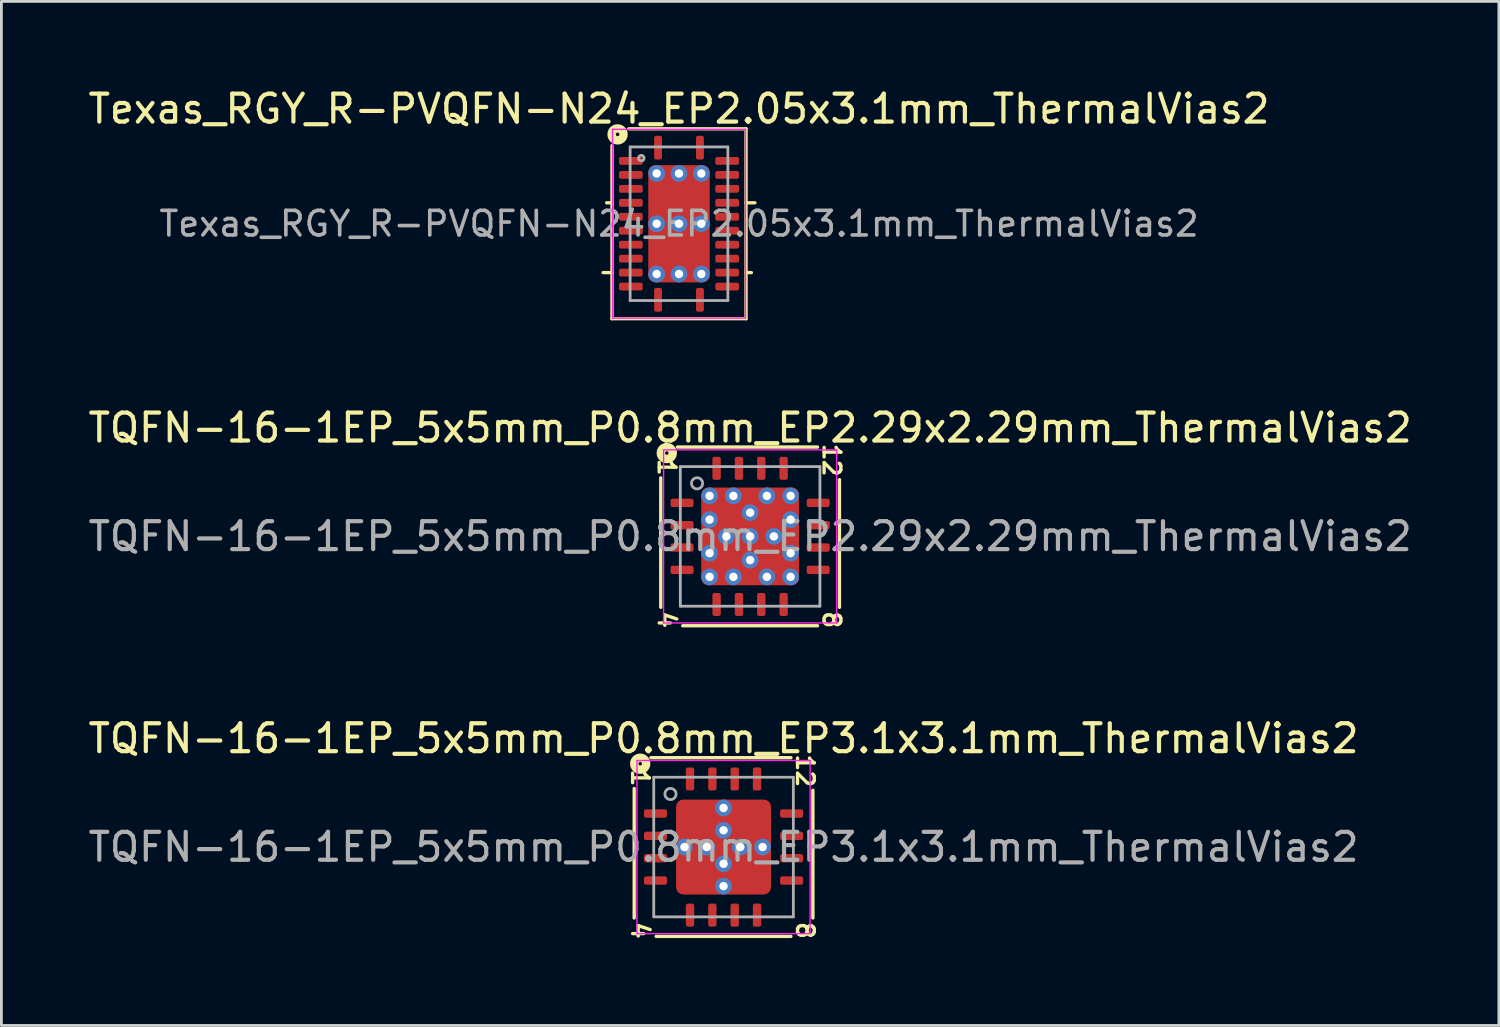
<source format=kicad_pcb>
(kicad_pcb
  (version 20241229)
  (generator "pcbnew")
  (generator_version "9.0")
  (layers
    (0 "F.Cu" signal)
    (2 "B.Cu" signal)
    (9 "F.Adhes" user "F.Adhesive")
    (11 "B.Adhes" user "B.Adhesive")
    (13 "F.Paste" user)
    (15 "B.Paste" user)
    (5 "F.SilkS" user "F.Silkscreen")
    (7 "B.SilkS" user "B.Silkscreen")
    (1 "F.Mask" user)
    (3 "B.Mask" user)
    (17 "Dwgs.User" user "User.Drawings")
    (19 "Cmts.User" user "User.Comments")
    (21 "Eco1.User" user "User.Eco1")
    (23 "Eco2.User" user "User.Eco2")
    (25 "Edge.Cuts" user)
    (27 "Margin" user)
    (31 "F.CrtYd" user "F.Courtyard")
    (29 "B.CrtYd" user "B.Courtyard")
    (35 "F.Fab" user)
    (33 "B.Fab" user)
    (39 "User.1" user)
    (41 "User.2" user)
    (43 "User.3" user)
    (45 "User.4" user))
  (footprint "TQFN-16-1EP_5x5mm_P0.8mm_EP2.29x2.29mm_ThermalVias2"
    (layer "F.Cu")
    (at 23.815 16.16)
    (property "Reference" "TQFN-16-1EP_5x5mm_P0.8mm_EP2.29x2.29mm_ThermalVias2" (at 0 -3.889 0) (layer "F.SilkS") (effects (font (size 1 1) (thickness 0.15))))
    (attr smd)
    (fp_line (start -3.2 -2.095) (end -3.2 2.54) (stroke (width 0.12) (type solid)) (layer "F.SilkS"))
    (fp_line (start -2.413 3.2) (end 2.413 3.2) (stroke (width 0.12) (type solid)) (layer "F.SilkS"))
    (fp_line (start 2.413 -3.2) (end -2.603 -3.2) (stroke (width 0.12) (type solid)) (layer "F.SilkS"))
    (fp_line (start 3.2 2.54) (end 3.2 -2.032) (stroke (width 0.12) (type solid)) (layer "F.SilkS"))
    (fp_circle (center -2.985 -2.985) (end -2.921 -2.985) (stroke (width 0.3) (type solid)) (fill no) (layer "F.SilkS"))
    (fp_line (start -3.1 -3.1) (end -3.1 3.1) (stroke (width 0.05) (type solid)) (layer "F.CrtYd"))
    (fp_line (start -3.1 3.1) (end 3.1 3.1) (stroke (width 0.05) (type solid)) (layer "F.CrtYd"))
    (fp_line (start 3.1 -3.1) (end -3.1 -3.1) (stroke (width 0.05) (type solid)) (layer "F.CrtYd"))
    (fp_line (start 3.1 3.1) (end 3.1 -3.1) (stroke (width 0.05) (type solid)) (layer "F.CrtYd"))
    (fp_line (start -2.5 -2.5) (end 2.5 -2.5) (stroke (width 0.1) (type solid)) (layer "F.Fab"))
    (fp_line (start -2.5 2.5) (end -2.5 -2.5) (stroke (width 0.1) (type solid)) (layer "F.Fab"))
    (fp_line (start 2.5 -2.5) (end 2.5 2.5) (stroke (width 0.1) (type solid)) (layer "F.Fab"))
    (fp_line (start 2.5 2.5) (end -2.5 2.5) (stroke (width 0.1) (type solid)) (layer "F.Fab"))
    (fp_circle (center -1.9 -1.9) (end -1.7 -1.9) (stroke (width 0.1) (type solid)) (fill no) (layer "F.Fab"))
    (fp_text user "1" (at -2.985 -2.477 270) (unlocked yes) (layer "F.SilkS") (effects (font (size 0.6 0.6) (thickness 0.12))))
    (fp_text user "4" (at -2.985 2.985 270) (unlocked yes) (layer "F.SilkS") (effects (font (size 0.6 0.6) (thickness 0.12))))
    (fp_text user "12" (at 2.921 -2.731 270) (unlocked yes) (layer "F.SilkS") (effects (font (size 0.6 0.6) (thickness 0.12))))
    (fp_text user "8" (at 2.921 2.985 270) (unlocked yes) (layer "F.SilkS") (effects (font (size 0.6 0.6) (thickness 0.12))))
    (fp_text user "${REFERENCE}" (at 0 0 0) (layer "F.Fab") (effects (font (size 1 1) (thickness 0.15))))
    (pad "" smd roundrect (at -0.725 -0.725) (size 0.55 0.55) (layers "F.Paste") (roundrect_rratio 0.25))
    (pad "" smd roundrect (at -0.725 -0.725 270) (size 0.85 0.85) (layers "F.Mask") (roundrect_rratio 0.25))
    (pad "" smd roundrect (at -0.725 0.725) (size 0.55 0.55) (layers "F.Paste") (roundrect_rratio 0.25))
    (pad "" smd roundrect (at -0.725 0.725 270) (size 0.85 0.85) (layers "F.Mask") (roundrect_rratio 0.25))
    (pad "" smd roundrect (at 0.725 -0.725) (size 0.55 0.55) (layers "F.Paste") (roundrect_rratio 0.25))
    (pad "" smd roundrect (at 0.725 -0.725 270) (size 0.85 0.85) (layers "F.Mask") (roundrect_rratio 0.25))
    (pad "" smd roundrect (at 0.725 0.725) (size 0.55 0.55) (layers "F.Paste") (roundrect_rratio 0.25))
    (pad "" smd roundrect (at 0.725 0.725 270) (size 0.85 0.85) (layers "F.Mask") (roundrect_rratio 0.25))
    (pad "1" smd roundrect (at -2.438 -1.2) (size 0.825 0.3) (layers "F.Cu" "F.Mask" "F.Paste") (roundrect_rratio 0.25))
    (pad "2" smd roundrect (at -2.438 -0.4) (size 0.825 0.3) (layers "F.Cu" "F.Mask" "F.Paste") (roundrect_rratio 0.25))
    (pad "3" smd roundrect (at -2.438 0.4) (size 0.825 0.3) (layers "F.Cu" "F.Mask" "F.Paste") (roundrect_rratio 0.25))
    (pad "4" smd roundrect (at -2.438 1.2) (size 0.825 0.3) (layers "F.Cu" "F.Mask" "F.Paste") (roundrect_rratio 0.25))
    (pad "5" smd roundrect (at -1.2 2.438) (size 0.3 0.825) (layers "F.Cu" "F.Mask" "F.Paste") (roundrect_rratio 0.25))
    (pad "6" smd roundrect (at -0.4 2.438) (size 0.3 0.825) (layers "F.Cu" "F.Mask" "F.Paste") (roundrect_rratio 0.25))
    (pad "7" smd roundrect (at 0.4 2.438) (size 0.3 0.825) (layers "F.Cu" "F.Mask" "F.Paste") (roundrect_rratio 0.25))
    (pad "8" smd roundrect (at 1.2 2.438) (size 0.3 0.825) (layers "F.Cu" "F.Mask" "F.Paste") (roundrect_rratio 0.25))
    (pad "9" smd roundrect (at 2.438 1.2) (size 0.825 0.3) (layers "F.Cu" "F.Mask" "F.Paste") (roundrect_rratio 0.25))
    (pad "10" smd roundrect (at 2.438 0.4) (size 0.825 0.3) (layers "F.Cu" "F.Mask" "F.Paste") (roundrect_rratio 0.25))
    (pad "11" smd roundrect (at 2.438 -0.4) (size 0.825 0.3) (layers "F.Cu" "F.Mask" "F.Paste") (roundrect_rratio 0.25))
    (pad "12" smd roundrect (at 2.438 -1.2) (size 0.825 0.3) (layers "F.Cu" "F.Mask" "F.Paste") (roundrect_rratio 0.25))
    (pad "13" smd roundrect (at 1.2 -2.438) (size 0.3 0.825) (layers "F.Cu" "F.Mask" "F.Paste") (roundrect_rratio 0.25))
    (pad "14" smd roundrect (at 0.4 -2.438) (size 0.3 0.825) (layers "F.Cu" "F.Mask" "F.Paste") (roundrect_rratio 0.25))
    (pad "15" smd roundrect (at -0.4 -2.438) (size 0.3 0.825) (layers "F.Cu" "F.Mask" "F.Paste") (roundrect_rratio 0.25))
    (pad "16" smd roundrect (at -1.2 -2.438) (size 0.3 0.825) (layers "F.Cu" "F.Mask" "F.Paste") (roundrect_rratio 0.25))
    (pad "17" thru_hole circle (at -1.45 -1.45 180) (size 0.6 0.6) (drill 0.3) (property pad_prop_heatsink) (layers "*.Cu" "*.Mask"))
    (pad "17" thru_hole circle (at -1.45 -0.6 180) (size 0.6 0.6) (drill 0.3) (property pad_prop_heatsink) (layers "*.Cu" "*.Mask"))
    (pad "17" thru_hole circle (at -1.45 0.6 180) (size 0.6 0.6) (drill 0.3) (property pad_prop_heatsink) (layers "*.Cu" "*.Mask"))
    (pad "17" thru_hole circle (at -1.45 1.45 180) (size 0.6 0.6) (drill 0.3) (property pad_prop_heatsink) (layers "*.Cu" "*.Mask"))
    (pad "17" thru_hole circle (at -0.85 0 180) (size 0.6 0.6) (drill 0.3) (property pad_prop_heatsink) (layers "*.Cu" "*.Mask"))
    (pad "17" thru_hole circle (at -0.6 -1.45 180) (size 0.6 0.6) (drill 0.3) (property pad_prop_heatsink) (layers "*.Cu" "*.Mask"))
    (pad "17" thru_hole circle (at -0.6 1.45 180) (size 0.6 0.6) (drill 0.3) (property pad_prop_heatsink) (layers "*.Cu" "*.Mask"))
    (pad "17" thru_hole circle (at 0 -0.85 180) (size 0.6 0.6) (drill 0.3) (property pad_prop_heatsink) (layers "*.Cu" "*.Mask"))
    (pad "17" thru_hole circle (at 0 0 180) (size 0.6 0.6) (drill 0.3) (property pad_prop_heatsink) (layers "*.Cu" "*.Mask"))
    (pad "17" smd roundrect (at 0 0) (size 3.5 3.5) (layers "F.Cu") (roundrect_rratio 0.071))
    (pad "17" thru_hole circle (at 0 0.85 180) (size 0.6 0.6) (drill 0.3) (property pad_prop_heatsink) (layers "*.Cu" "*.Mask"))
    (pad "17" thru_hole circle (at 0.6 -1.45 180) (size 0.6 0.6) (drill 0.3) (property pad_prop_heatsink) (layers "*.Cu" "*.Mask"))
    (pad "17" thru_hole circle (at 0.6 1.45 180) (size 0.6 0.6) (drill 0.3) (property pad_prop_heatsink) (layers "*.Cu" "*.Mask"))
    (pad "17" thru_hole circle (at 0.85 0 180) (size 0.6 0.6) (drill 0.3) (property pad_prop_heatsink) (layers "*.Cu" "*.Mask"))
    (pad "17" thru_hole circle (at 1.45 -1.45 180) (size 0.6 0.6) (drill 0.3) (property pad_prop_heatsink) (layers "*.Cu" "*.Mask"))
    (pad "17" thru_hole circle (at 1.45 -0.6 180) (size 0.6 0.6) (drill 0.3) (property pad_prop_heatsink) (layers "*.Cu" "*.Mask"))
    (pad "17" thru_hole circle (at 1.45 0.6 180) (size 0.6 0.6) (drill 0.3) (property pad_prop_heatsink) (layers "*.Cu" "*.Mask"))
    (pad "17" thru_hole circle (at 1.45 1.45 180) (size 0.6 0.6) (drill 0.3) (property pad_prop_heatsink) (layers "*.Cu" "*.Mask")))
  (footprint "TQFN-16-1EP_5x5mm_P0.8mm_EP3.1x3.1mm_ThermalVias2"
    (layer "F.Cu")
    (at 22.863 27.286)
    (property "Reference" "TQFN-16-1EP_5x5mm_P0.8mm_EP3.1x3.1mm_ThermalVias2" (at 0 -3.889 0) (layer "F.SilkS") (effects (font (size 1 1) (thickness 0.15))))
    (attr smd)
    (fp_line (start -3.2 -2.095) (end -3.2 2.54) (stroke (width 0.12) (type solid)) (layer "F.SilkS"))
    (fp_line (start -2.413 3.2) (end 2.413 3.2) (stroke (width 0.12) (type solid)) (layer "F.SilkS"))
    (fp_line (start 2.413 -3.2) (end -2.603 -3.2) (stroke (width 0.12) (type solid)) (layer "F.SilkS"))
    (fp_line (start 3.2 2.54) (end 3.2 -2.032) (stroke (width 0.12) (type solid)) (layer "F.SilkS"))
    (fp_circle (center -2.985 -2.985) (end -2.921 -2.985) (stroke (width 0.3) (type solid)) (fill no) (layer "F.SilkS"))
    (fp_line (start -3.1 -3.1) (end -3.1 3.1) (stroke (width 0.05) (type solid)) (layer "F.CrtYd"))
    (fp_line (start -3.1 3.1) (end 3.1 3.1) (stroke (width 0.05) (type solid)) (layer "F.CrtYd"))
    (fp_line (start 3.1 -3.1) (end -3.1 -3.1) (stroke (width 0.05) (type solid)) (layer "F.CrtYd"))
    (fp_line (start 3.1 3.1) (end 3.1 -3.1) (stroke (width 0.05) (type solid)) (layer "F.CrtYd"))
    (fp_line (start -2.5 -2.5) (end 2.5 -2.5) (stroke (width 0.1) (type solid)) (layer "F.Fab"))
    (fp_line (start -2.5 2.5) (end -2.5 -2.5) (stroke (width 0.1) (type solid)) (layer "F.Fab"))
    (fp_line (start 2.5 -2.5) (end 2.5 2.5) (stroke (width 0.1) (type solid)) (layer "F.Fab"))
    (fp_line (start 2.5 2.5) (end -2.5 2.5) (stroke (width 0.1) (type solid)) (layer "F.Fab"))
    (fp_circle (center -1.9 -1.9) (end -1.7 -1.9) (stroke (width 0.1) (type solid)) (fill no) (layer "F.Fab"))
    (fp_text user "8" (at 2.921 2.985 270) (unlocked yes) (layer "F.SilkS") (effects (font (size 0.6 0.6) (thickness 0.12))))
    (fp_text user "4" (at -2.985 2.985 270) (unlocked yes) (layer "F.SilkS") (effects (font (size 0.6 0.6) (thickness 0.12))))
    (fp_text user "12" (at 2.921 -2.731 270) (unlocked yes) (layer "F.SilkS") (effects (font (size 0.6 0.6) (thickness 0.12))))
    (fp_text user "1" (at -2.985 -2.477 270) (unlocked yes) (layer "F.SilkS") (effects (font (size 0.6 0.6) (thickness 0.12))))
    (fp_text user "${REFERENCE}" (at 0 0 0) (layer "F.Fab") (effects (font (size 1 1) (thickness 0.15))))
    (pad "" smd roundrect (at -0.925 -0.925) (size 0.85 0.85) (layers "F.Paste") (roundrect_rratio 0.25))
    (pad "" smd roundrect (at -0.925 -0.925 270) (size 1.25 1.25) (layers "F.Mask") (roundrect_rratio 0.2))
    (pad "" smd roundrect (at -0.925 0.925) (size 0.85 0.85) (layers "F.Paste") (roundrect_rratio 0.25))
    (pad "" smd roundrect (at -0.925 0.925 270) (size 1.25 1.25) (layers "F.Mask") (roundrect_rratio 0.2))
    (pad "" smd roundrect (at 0.925 -0.925) (size 0.85 0.85) (layers "F.Paste") (roundrect_rratio 0.25))
    (pad "" smd roundrect (at 0.925 -0.925 270) (size 1.25 1.25) (layers "F.Mask") (roundrect_rratio 0.2))
    (pad "" smd roundrect (at 0.925 0.925) (size 0.85 0.85) (layers "F.Paste") (roundrect_rratio 0.25))
    (pad "" smd roundrect (at 0.925 0.925 270) (size 1.25 1.25) (layers "F.Mask") (roundrect_rratio 0.2))
    (pad "1" smd roundrect (at -2.438 -1.2) (size 0.825 0.3) (layers "F.Cu" "F.Mask" "F.Paste") (roundrect_rratio 0.25))
    (pad "2" smd roundrect (at -2.438 -0.4) (size 0.825 0.3) (layers "F.Cu" "F.Mask" "F.Paste") (roundrect_rratio 0.25))
    (pad "3" smd roundrect (at -2.438 0.4) (size 0.825 0.3) (layers "F.Cu" "F.Mask" "F.Paste") (roundrect_rratio 0.25))
    (pad "4" smd roundrect (at -2.438 1.2) (size 0.825 0.3) (layers "F.Cu" "F.Mask" "F.Paste") (roundrect_rratio 0.25))
    (pad "5" smd roundrect (at -1.2 2.438) (size 0.3 0.825) (layers "F.Cu" "F.Mask" "F.Paste") (roundrect_rratio 0.25))
    (pad "6" smd roundrect (at -0.4 2.438) (size 0.3 0.825) (layers "F.Cu" "F.Mask" "F.Paste") (roundrect_rratio 0.25))
    (pad "7" smd roundrect (at 0.4 2.438) (size 0.3 0.825) (layers "F.Cu" "F.Mask" "F.Paste") (roundrect_rratio 0.25))
    (pad "8" smd roundrect (at 1.2 2.438) (size 0.3 0.825) (layers "F.Cu" "F.Mask" "F.Paste") (roundrect_rratio 0.25))
    (pad "9" smd roundrect (at 2.438 1.2) (size 0.825 0.3) (layers "F.Cu" "F.Mask" "F.Paste") (roundrect_rratio 0.25))
    (pad "10" smd roundrect (at 2.438 0.4) (size 0.825 0.3) (layers "F.Cu" "F.Mask" "F.Paste") (roundrect_rratio 0.25))
    (pad "11" smd roundrect (at 2.438 -0.4) (size 0.825 0.3) (layers "F.Cu" "F.Mask" "F.Paste") (roundrect_rratio 0.25))
    (pad "12" smd roundrect (at 2.438 -1.2) (size 0.825 0.3) (layers "F.Cu" "F.Mask" "F.Paste") (roundrect_rratio 0.25))
    (pad "13" smd roundrect (at 1.2 -2.438) (size 0.3 0.825) (layers "F.Cu" "F.Mask" "F.Paste") (roundrect_rratio 0.25))
    (pad "14" smd roundrect (at 0.4 -2.438) (size 0.3 0.825) (layers "F.Cu" "F.Mask" "F.Paste") (roundrect_rratio 0.25))
    (pad "15" smd roundrect (at -0.4 -2.438) (size 0.3 0.825) (layers "F.Cu" "F.Mask" "F.Paste") (roundrect_rratio 0.25))
    (pad "16" smd roundrect (at -1.2 -2.438) (size 0.3 0.825) (layers "F.Cu" "F.Mask" "F.Paste") (roundrect_rratio 0.25))
    (pad "17" thru_hole circle (at -1.4 0 180) (size 0.6 0.6) (drill 0.3) (property pad_prop_heatsink) (layers "*.Cu" "*.Mask"))
    (pad "17" thru_hole circle (at -0.6 0 180) (size 0.6 0.6) (drill 0.3) (property pad_prop_heatsink) (layers "*.Cu" "*.Mask"))
    (pad "17" thru_hole circle (at 0 -1.4 180) (size 0.6 0.6) (drill 0.3) (property pad_prop_heatsink) (layers "*.Cu" "*.Mask"))
    (pad "17" thru_hole circle (at 0 -0.6 180) (size 0.6 0.6) (drill 0.3) (property pad_prop_heatsink) (layers "*.Cu" "*.Mask"))
    (pad "17" smd roundrect (at 0 0) (size 3.4 3.4) (layers "F.Cu") (roundrect_rratio 0.076))
    (pad "17" thru_hole circle (at 0 0.6 180) (size 0.6 0.6) (drill 0.3) (property pad_prop_heatsink) (layers "*.Cu" "*.Mask"))
    (pad "17" thru_hole circle (at 0 1.4 180) (size 0.6 0.6) (drill 0.3) (property pad_prop_heatsink) (layers "*.Cu" "*.Mask"))
    (pad "17" thru_hole circle (at 0.6 0 180) (size 0.6 0.6) (drill 0.3) (property pad_prop_heatsink) (layers "*.Cu" "*.Mask"))
    (pad "17" thru_hole circle (at 1.4 0 180) (size 0.6 0.6) (drill 0.3) (property pad_prop_heatsink) (layers "*.Cu" "*.Mask")))
  (footprint "Texas_RGY_R-PVQFN-N24_EP2.05x3.1mm_ThermalVias2"
    (layer "F.Cu")
    (at 21.268 4.963)
    (property "Reference" "Texas_RGY_R-PVQFN-N24_EP2.05x3.1mm_ThermalVias2" (at 0 -4.114 0) (layer "F.SilkS") (effects (font (size 1 1) (thickness 0.15))))
    (attr smd)
    (fp_line (start -2.4 -2.8) (end -2.4 3.4) (stroke (width 0.12) (type solid)) (layer "F.SilkS"))
    (fp_line (start -2.4 -0.75) (end -2.591 -0.75) (stroke (width 0.12) (type solid)) (layer "F.SilkS"))
    (fp_line (start -2.4 1.75) (end -2.717 1.75) (stroke (width 0.12) (type solid)) (layer "F.SilkS"))
    (fp_line (start -2.4 3.4) (end 2.4 3.4) (stroke (width 0.12) (type solid)) (layer "F.SilkS"))
    (fp_line (start 2.4 -3.4) (end -1.8 -3.4) (stroke (width 0.12) (type solid)) (layer "F.SilkS"))
    (fp_line (start 2.4 -0.75) (end 2.717 -0.75) (stroke (width 0.12) (type solid)) (layer "F.SilkS"))
    (fp_line (start 2.4 1.75) (end 2.591 1.75) (stroke (width 0.12) (type solid)) (layer "F.SilkS"))
    (fp_line (start 2.4 3.4) (end 2.4 -3.4) (stroke (width 0.12) (type solid)) (layer "F.SilkS"))
    (fp_circle (center -2.2 -3.2) (end -2.136 -3.2) (stroke (width 0.3) (type solid)) (fill no) (layer "F.SilkS"))
    (fp_line (start -2.38 -3.38) (end -2.38 3.38) (stroke (width 0.05) (type solid)) (layer "F.CrtYd"))
    (fp_line (start -2.38 3.38) (end 2.38 3.38) (stroke (width 0.05) (type solid)) (layer "F.CrtYd"))
    (fp_line (start 2.38 -3.38) (end -2.38 -3.38) (stroke (width 0.05) (type solid)) (layer "F.CrtYd"))
    (fp_line (start 2.38 3.38) (end 2.38 -3.38) (stroke (width 0.05) (type solid)) (layer "F.CrtYd"))
    (fp_line (start -1.75 -2.75) (end 1.75 -2.75) (stroke (width 0.1) (type solid)) (layer "F.Fab"))
    (fp_line (start -1.75 2.75) (end -1.75 -2.75) (stroke (width 0.1) (type solid)) (layer "F.Fab"))
    (fp_line (start 1.75 -2.75) (end 1.75 2.75) (stroke (width 0.1) (type solid)) (layer "F.Fab"))
    (fp_line (start 1.75 2.75) (end -1.75 2.75) (stroke (width 0.1) (type solid)) (layer "F.Fab"))
    (fp_circle (center -1.35 -2.35) (end -1.25 -2.35) (stroke (width 0.1) (type solid)) (fill no) (layer "F.Fab"))
    (fp_text user "${REFERENCE}" (at 0 0 0) (layer "F.Fab") (effects (font (size 0.88 0.88) (thickness 0.13))))
    (pad "" smd roundrect (at -0.5 -0.9) (size 0.7 1) (layers "F.Paste") (roundrect_rratio 0.25))
    (pad "" smd roundrect (at -0.5 0.9) (size 0.7 1) (layers "F.Paste") (roundrect_rratio 0.25))
    (pad "" smd roundrect (at 0 -0.9 270) (size 1.2 2) (layers "F.Mask") (roundrect_rratio 0.208))
    (pad "" smd roundrect (at 0 0.9 270) (size 1.2 2) (layers "F.Mask") (roundrect_rratio 0.208))
    (pad "" smd roundrect (at 0.5 -0.9) (size 0.7 1) (layers "F.Paste") (roundrect_rratio 0.25))
    (pad "" smd roundrect (at 0.5 0.9) (size 0.7 1) (layers "F.Paste") (roundrect_rratio 0.25))
    (pad "1" smd roundrect (at -0.75 -2.725) (size 0.28 0.85) (layers "F.Cu" "F.Mask" "F.Paste") (roundrect_rratio 0.25))
    (pad "2" smd roundrect (at -1.725 -2.25) (size 0.85 0.28) (layers "F.Cu" "F.Mask" "F.Paste") (roundrect_rratio 0.25))
    (pad "3" smd roundrect (at -1.725 -1.75) (size 0.85 0.28) (layers "F.Cu" "F.Mask" "F.Paste") (roundrect_rratio 0.25))
    (pad "4" smd roundrect (at -1.725 -1.25) (size 0.85 0.28) (layers "F.Cu" "F.Mask" "F.Paste") (roundrect_rratio 0.25))
    (pad "5" smd roundrect (at -1.725 -0.75) (size 0.85 0.28) (layers "F.Cu" "F.Mask" "F.Paste") (roundrect_rratio 0.25))
    (pad "6" smd roundrect (at -1.725 -0.25) (size 0.85 0.28) (layers "F.Cu" "F.Mask" "F.Paste") (roundrect_rratio 0.25))
    (pad "7" smd roundrect (at -1.725 0.25) (size 0.85 0.28) (layers "F.Cu" "F.Mask" "F.Paste") (roundrect_rratio 0.25))
    (pad "8" smd roundrect (at -1.725 0.75) (size 0.85 0.28) (layers "F.Cu" "F.Mask" "F.Paste") (roundrect_rratio 0.25))
    (pad "9" smd roundrect (at -1.725 1.25) (size 0.85 0.28) (layers "F.Cu" "F.Mask" "F.Paste") (roundrect_rratio 0.25))
    (pad "10" smd roundrect (at -1.725 1.75) (size 0.85 0.28) (layers "F.Cu" "F.Mask" "F.Paste") (roundrect_rratio 0.25))
    (pad "11" smd roundrect (at -1.725 2.25) (size 0.85 0.28) (layers "F.Cu" "F.Mask" "F.Paste") (roundrect_rratio 0.25))
    (pad "12" smd roundrect (at -0.75 2.725) (size 0.28 0.85) (layers "F.Cu" "F.Mask" "F.Paste") (roundrect_rratio 0.25))
    (pad "13" smd roundrect (at 0.75 2.725) (size 0.28 0.85) (layers "F.Cu" "F.Mask" "F.Paste") (roundrect_rratio 0.25))
    (pad "14" smd roundrect (at 1.725 2.25) (size 0.85 0.28) (layers "F.Cu" "F.Mask" "F.Paste") (roundrect_rratio 0.25))
    (pad "15" smd roundrect (at 1.725 1.75) (size 0.85 0.28) (layers "F.Cu" "F.Mask" "F.Paste") (roundrect_rratio 0.25))
    (pad "16" smd roundrect (at 1.725 1.25) (size 0.85 0.28) (layers "F.Cu" "F.Mask" "F.Paste") (roundrect_rratio 0.25))
    (pad "17" smd roundrect (at 1.725 0.75) (size 0.85 0.28) (layers "F.Cu" "F.Mask" "F.Paste") (roundrect_rratio 0.25))
    (pad "18" smd roundrect (at 1.725 0.25) (size 0.85 0.28) (layers "F.Cu" "F.Mask" "F.Paste") (roundrect_rratio 0.25))
    (pad "19" smd roundrect (at 1.725 -0.25) (size 0.85 0.28) (layers "F.Cu" "F.Mask" "F.Paste") (roundrect_rratio 0.25))
    (pad "20" smd roundrect (at 1.725 -0.75) (size 0.85 0.28) (layers "F.Cu" "F.Mask" "F.Paste") (roundrect_rratio 0.25))
    (pad "21" smd roundrect (at 1.725 -1.25) (size 0.85 0.28) (layers "F.Cu" "F.Mask" "F.Paste") (roundrect_rratio 0.25))
    (pad "22" smd roundrect (at 1.725 -1.75) (size 0.85 0.28) (layers "F.Cu" "F.Mask" "F.Paste") (roundrect_rratio 0.25))
    (pad "23" smd roundrect (at 1.725 -2.25) (size 0.85 0.28) (layers "F.Cu" "F.Mask" "F.Paste") (roundrect_rratio 0.25))
    (pad "24" smd roundrect (at 0.75 -2.725) (size 0.28 0.85) (layers "F.Cu" "F.Mask" "F.Paste") (roundrect_rratio 0.25))
    (pad "25" thru_hole circle (at -0.8 -1.8 180) (size 0.6 0.6) (drill 0.3) (property pad_prop_heatsink) (layers "*.Cu" "*.Mask"))
    (pad "25" thru_hole circle (at -0.8 0 180) (size 0.6 0.6) (drill 0.3) (property pad_prop_heatsink) (layers "*.Cu" "*.Mask"))
    (pad "25" thru_hole circle (at -0.8 1.8 180) (size 0.6 0.6) (drill 0.3) (property pad_prop_heatsink) (layers "*.Cu" "*.Mask"))
    (pad "25" thru_hole circle (at 0 -1.8 180) (size 0.6 0.6) (drill 0.3) (property pad_prop_heatsink) (layers "*.Cu" "*.Mask"))
    (pad "25" thru_hole circle (at 0 0 180) (size 0.6 0.6) (drill 0.3) (property pad_prop_heatsink) (layers "*.Cu" "*.Mask"))
    (pad "25" smd roundrect (at 0 0) (size 2.2 4.2) (layers "F.Cu") (roundrect_rratio 0.114))
    (pad "25" thru_hole circle (at 0 1.8 180) (size 0.6 0.6) (drill 0.3) (property pad_prop_heatsink) (layers "*.Cu" "*.Mask"))
    (pad "25" thru_hole circle (at 0.8 -1.8 180) (size 0.6 0.6) (drill 0.3) (property pad_prop_heatsink) (layers "*.Cu" "*.Mask"))
    (pad "25" thru_hole circle (at 0.8 0 180) (size 0.6 0.6) (drill 0.3) (property pad_prop_heatsink) (layers "*.Cu" "*.Mask"))
    (pad "25" thru_hole circle (at 0.8 1.8 180) (size 0.6 0.6) (drill 0.3) (property pad_prop_heatsink) (layers "*.Cu" "*.Mask")))
  (gr_rect
    (start -3 -3)
    (end 50.631 33.677)
    (stroke (width 0.1) (type default))
    (fill no)
    (layer "Edge.Cuts")))
</source>
